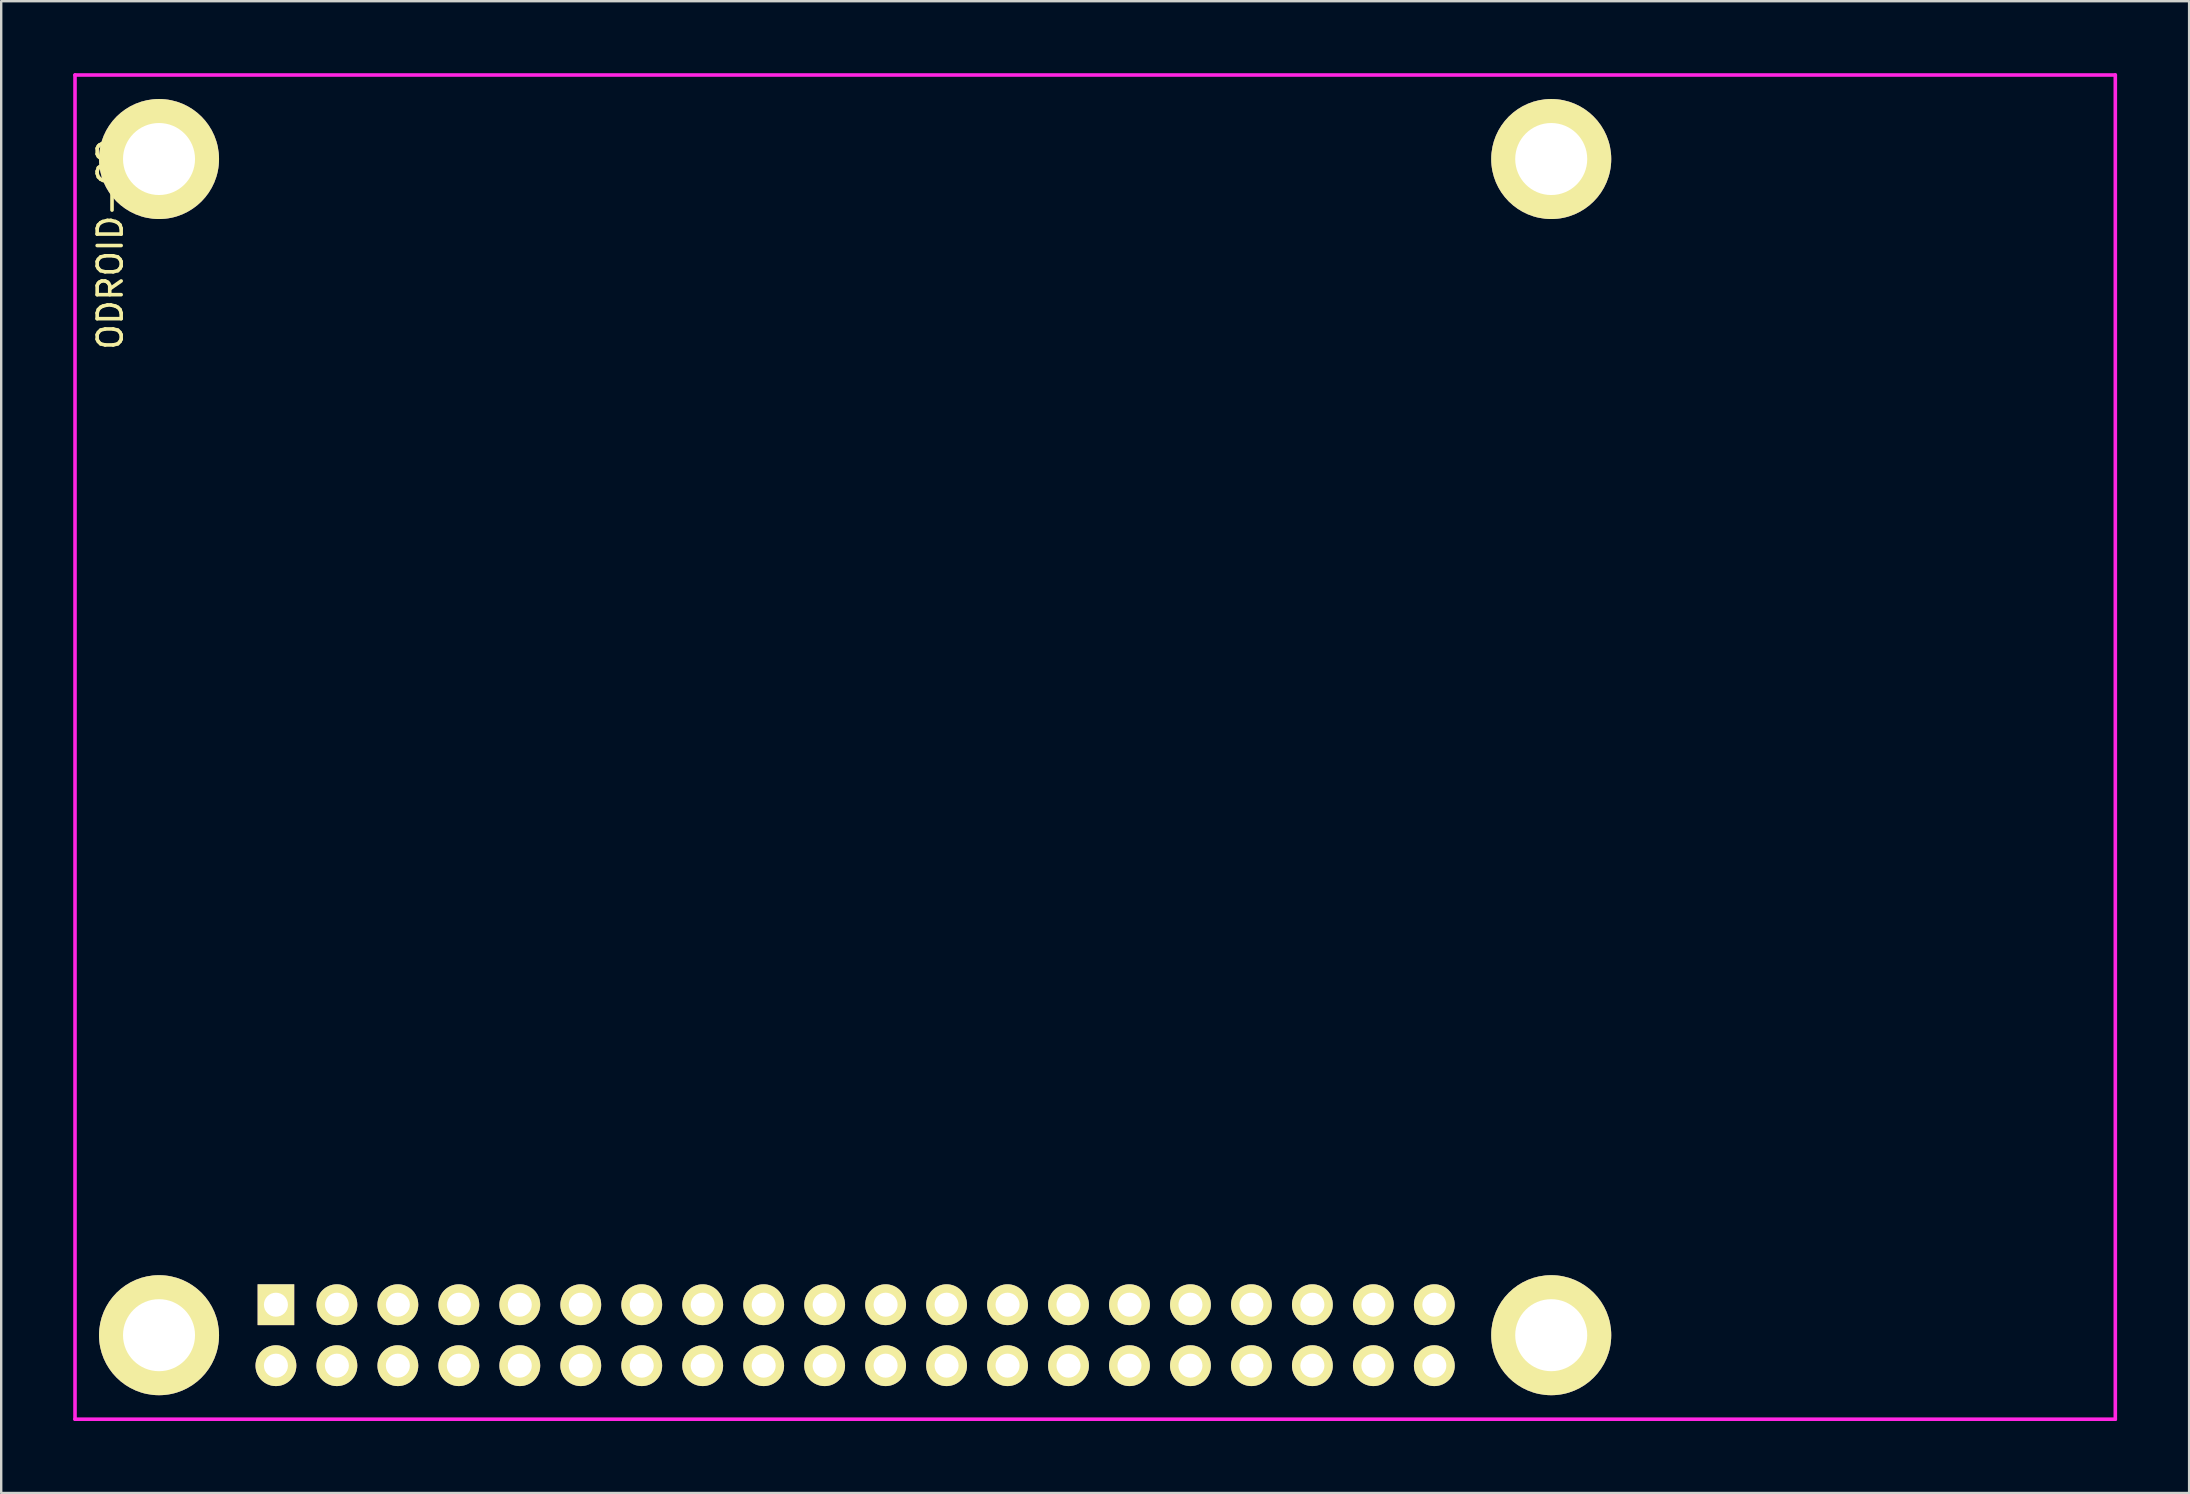
<source format=kicad_pcb>
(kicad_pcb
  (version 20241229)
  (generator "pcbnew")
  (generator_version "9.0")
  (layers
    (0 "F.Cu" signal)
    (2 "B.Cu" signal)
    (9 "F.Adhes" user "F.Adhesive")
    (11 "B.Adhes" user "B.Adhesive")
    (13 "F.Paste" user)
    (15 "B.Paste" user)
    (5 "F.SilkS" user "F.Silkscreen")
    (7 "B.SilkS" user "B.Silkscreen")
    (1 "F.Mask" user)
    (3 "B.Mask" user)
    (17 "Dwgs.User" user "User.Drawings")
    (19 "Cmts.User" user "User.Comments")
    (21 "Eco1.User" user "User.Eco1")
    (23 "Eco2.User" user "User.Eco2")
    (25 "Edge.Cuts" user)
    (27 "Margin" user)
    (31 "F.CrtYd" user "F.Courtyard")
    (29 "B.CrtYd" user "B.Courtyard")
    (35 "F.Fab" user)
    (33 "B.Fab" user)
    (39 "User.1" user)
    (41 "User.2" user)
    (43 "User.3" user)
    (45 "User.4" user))
  (footprint "ODROID-C2"
    (layer "F.Cu")
    (at 3.575 3.575)
    (property "Reference" "ODROID-C2" (at -2.032 3.556 90) (layer "F.SilkS") (effects (font (size 1 1) (thickness 0.15))))
    (attr through_hole)
    (fp_line (start -3.5 52.5) (end -3.5 -3.5) (stroke (width 0.15) (type solid)) (layer "F.CrtYd"))
    (fp_line (start 81.5 -3.5) (end -3.5 -3.5) (stroke (width 0.15) (type solid)) (layer "F.CrtYd"))
    (fp_line (start 81.5 -3.5) (end 81.5 52.5) (stroke (width 0.15) (type solid)) (layer "F.CrtYd"))
    (fp_line (start 81.5 52.5) (end -3.5 52.5) (stroke (width 0.15) (type solid)) (layer "F.CrtYd"))
    (pad "" thru_hole circle (at 0 0 180) (size 5 5) (drill 3) (layers "*.Cu" "*.Mask" "F.SilkS"))
    (pad "" thru_hole circle (at 0 49 180) (size 5 5) (drill 3) (layers "*.Cu" "*.Mask" "F.SilkS"))
    (pad "" thru_hole circle (at 58 0 180) (size 5 5) (drill 3) (layers "*.Cu" "*.Mask" "F.SilkS"))
    (pad "" thru_hole circle (at 58 49 180) (size 5 5) (drill 3) (layers "*.Cu" "*.Mask" "F.SilkS"))
    (pad "1" thru_hole rect (at 4.87 47.73 180) (size 1.524 1.7) (drill 1) (layers "*.Cu" "*.Mask" "F.SilkS"))
    (pad "2" thru_hole circle (at 4.87 50.27 180) (size 1.7 1.7) (drill 1) (layers "*.Cu" "*.Mask" "F.SilkS"))
    (pad "3" thru_hole circle (at 7.41 47.73 180) (size 1.7 1.7) (drill 1) (layers "*.Cu" "*.Mask" "F.SilkS"))
    (pad "4" thru_hole circle (at 7.41 50.27 180) (size 1.7 1.7) (drill 1) (layers "*.Cu" "*.Mask" "F.SilkS"))
    (pad "5" thru_hole circle (at 9.95 47.73 180) (size 1.7 1.7) (drill 1) (layers "*.Cu" "*.Mask" "F.SilkS"))
    (pad "6" thru_hole circle (at 9.95 50.27 180) (size 1.7 1.7) (drill 1) (layers "*.Cu" "*.Mask" "F.SilkS"))
    (pad "7" thru_hole circle (at 12.49 47.73 180) (size 1.7 1.7) (drill 1) (layers "*.Cu" "*.Mask" "F.SilkS"))
    (pad "8" thru_hole circle (at 12.49 50.27 180) (size 1.7 1.7) (drill 1) (layers "*.Cu" "*.Mask" "F.SilkS"))
    (pad "9" thru_hole circle (at 15.03 47.73 180) (size 1.7 1.7) (drill 1) (layers "*.Cu" "*.Mask" "F.SilkS"))
    (pad "10" thru_hole circle (at 15.03 50.27 180) (size 1.7 1.7) (drill 1) (layers "*.Cu" "*.Mask" "F.SilkS"))
    (pad "11" thru_hole circle (at 17.57 47.73 180) (size 1.7 1.7) (drill 1) (layers "*.Cu" "*.Mask" "F.SilkS"))
    (pad "12" thru_hole circle (at 17.57 50.27 180) (size 1.7 1.7) (drill 1) (layers "*.Cu" "*.Mask" "F.SilkS"))
    (pad "13" thru_hole circle (at 20.11 47.73 180) (size 1.7 1.7) (drill 1) (layers "*.Cu" "*.Mask" "F.SilkS"))
    (pad "14" thru_hole circle (at 20.11 50.27 180) (size 1.7 1.7) (drill 1) (layers "*.Cu" "*.Mask" "F.SilkS"))
    (pad "15" thru_hole circle (at 22.65 47.73 180) (size 1.7 1.7) (drill 1) (layers "*.Cu" "*.Mask" "F.SilkS"))
    (pad "16" thru_hole circle (at 22.65 50.27 180) (size 1.7 1.7) (drill 1) (layers "*.Cu" "*.Mask" "F.SilkS"))
    (pad "17" thru_hole circle (at 25.19 47.73 180) (size 1.7 1.7) (drill 1) (layers "*.Cu" "*.Mask" "F.SilkS"))
    (pad "18" thru_hole circle (at 25.19 50.27 180) (size 1.7 1.7) (drill 1) (layers "*.Cu" "*.Mask" "F.SilkS"))
    (pad "19" thru_hole circle (at 27.73 47.73 180) (size 1.7 1.7) (drill 1) (layers "*.Cu" "*.Mask" "F.SilkS"))
    (pad "20" thru_hole circle (at 27.73 50.27 180) (size 1.7 1.7) (drill 1) (layers "*.Cu" "*.Mask" "F.SilkS"))
    (pad "21" thru_hole circle (at 30.27 47.73 180) (size 1.7 1.7) (drill 1) (layers "*.Cu" "*.Mask" "F.SilkS"))
    (pad "22" thru_hole circle (at 30.27 50.27 180) (size 1.7 1.7) (drill 1) (layers "*.Cu" "*.Mask" "F.SilkS"))
    (pad "23" thru_hole circle (at 32.81 47.73 180) (size 1.7 1.7) (drill 1) (layers "*.Cu" "*.Mask" "F.SilkS"))
    (pad "24" thru_hole circle (at 32.81 50.27 180) (size 1.7 1.7) (drill 1) (layers "*.Cu" "*.Mask" "F.SilkS"))
    (pad "25" thru_hole circle (at 35.35 47.73 180) (size 1.7 1.7) (drill 1) (layers "*.Cu" "*.Mask" "F.SilkS"))
    (pad "26" thru_hole circle (at 35.35 50.27 180) (size 1.7 1.7) (drill 1) (layers "*.Cu" "*.Mask" "F.SilkS"))
    (pad "27" thru_hole circle (at 37.89 47.73 180) (size 1.7 1.7) (drill 1) (layers "*.Cu" "*.Mask" "F.SilkS"))
    (pad "28" thru_hole circle (at 37.89 50.27 180) (size 1.7 1.7) (drill 1) (layers "*.Cu" "*.Mask" "F.SilkS"))
    (pad "29" thru_hole circle (at 40.43 47.73 180) (size 1.7 1.7) (drill 1) (layers "*.Cu" "*.Mask" "F.SilkS"))
    (pad "30" thru_hole circle (at 40.43 50.27 180) (size 1.7 1.7) (drill 1) (layers "*.Cu" "*.Mask" "F.SilkS"))
    (pad "31" thru_hole circle (at 42.97 47.73 180) (size 1.7 1.7) (drill 1) (layers "*.Cu" "*.Mask" "F.SilkS"))
    (pad "32" thru_hole circle (at 42.97 50.27 180) (size 1.7 1.7) (drill 1) (layers "*.Cu" "*.Mask" "F.SilkS"))
    (pad "33" thru_hole circle (at 45.51 47.73 180) (size 1.7 1.7) (drill 1) (layers "*.Cu" "*.Mask" "F.SilkS"))
    (pad "34" thru_hole circle (at 45.51 50.27 180) (size 1.7 1.7) (drill 1) (layers "*.Cu" "*.Mask" "F.SilkS"))
    (pad "35" thru_hole circle (at 48.05 47.73 180) (size 1.7 1.7) (drill 1) (layers "*.Cu" "*.Mask" "F.SilkS"))
    (pad "36" thru_hole circle (at 48.05 50.27 180) (size 1.7 1.7) (drill 1) (layers "*.Cu" "*.Mask" "F.SilkS"))
    (pad "37" thru_hole circle (at 50.59 47.73 180) (size 1.7 1.7) (drill 1) (layers "*.Cu" "*.Mask" "F.SilkS"))
    (pad "38" thru_hole circle (at 50.59 50.27 180) (size 1.7 1.7) (drill 1) (layers "*.Cu" "*.Mask" "F.SilkS"))
    (pad "39" thru_hole circle (at 53.13 47.73 180) (size 1.7 1.7) (drill 1) (layers "*.Cu" "*.Mask" "F.SilkS"))
    (pad "40" thru_hole circle (at 53.13 50.27 180) (size 1.7 1.7) (drill 1) (layers "*.Cu" "*.Mask" "F.SilkS")))
  (gr_rect
    (start -3 -3)
    (end 88.15 59.15)
    (stroke (width 0.1) (type default))
    (fill no)
    (layer "Edge.Cuts")))
</source>
